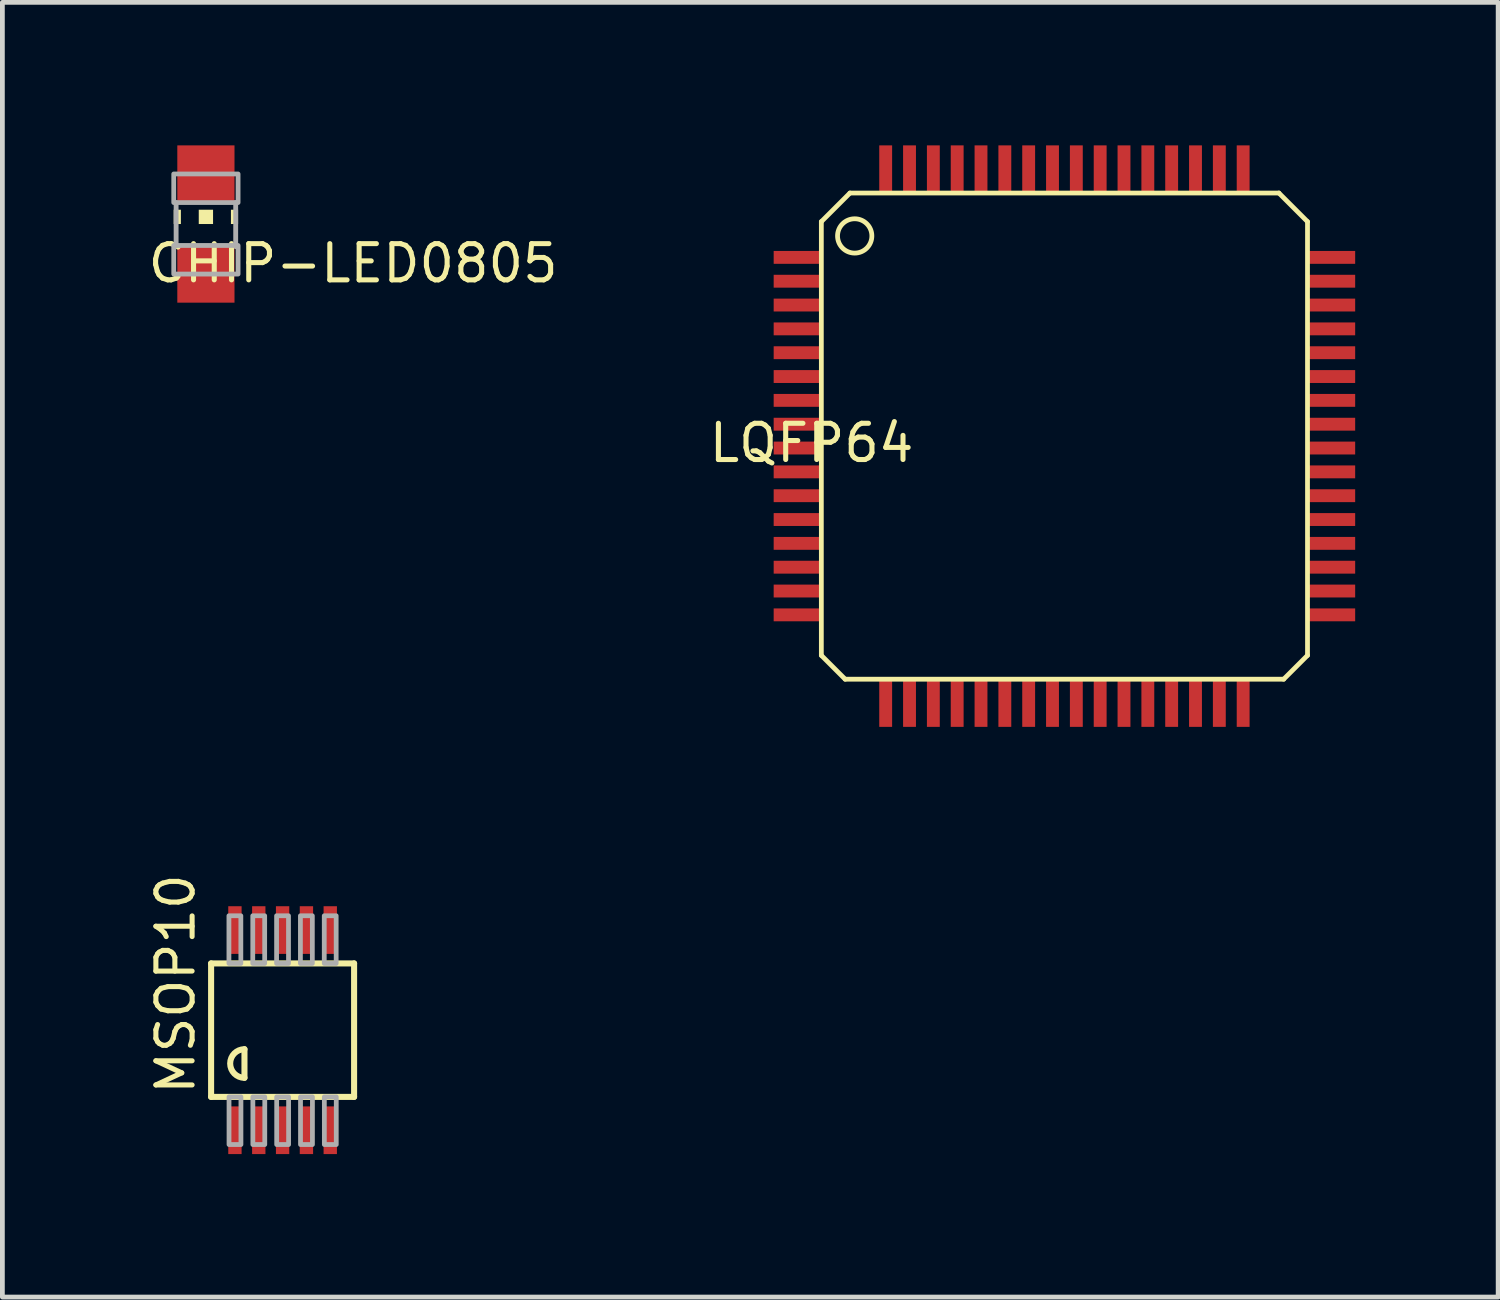
<source format=kicad_pcb>
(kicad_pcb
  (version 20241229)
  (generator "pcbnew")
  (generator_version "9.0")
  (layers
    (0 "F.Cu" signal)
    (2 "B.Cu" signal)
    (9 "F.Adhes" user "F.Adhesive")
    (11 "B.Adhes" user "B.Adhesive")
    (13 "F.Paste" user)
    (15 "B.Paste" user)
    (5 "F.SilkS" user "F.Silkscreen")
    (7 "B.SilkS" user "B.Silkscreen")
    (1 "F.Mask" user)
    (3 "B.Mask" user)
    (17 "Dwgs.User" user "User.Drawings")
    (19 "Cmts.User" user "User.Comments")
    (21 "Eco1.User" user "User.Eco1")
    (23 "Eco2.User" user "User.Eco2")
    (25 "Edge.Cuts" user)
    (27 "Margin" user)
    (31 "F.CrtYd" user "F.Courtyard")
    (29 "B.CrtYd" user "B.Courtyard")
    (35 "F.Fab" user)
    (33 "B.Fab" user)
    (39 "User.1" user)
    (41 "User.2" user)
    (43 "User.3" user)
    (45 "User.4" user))
  (footprint "CHIP-LED0805"
    (layer "F.Cu")
    (at 1.27 1.65)
    (property "Reference" "CHIP-LED0805" (at -1.27 1.27 0) (layer "F.SilkS") (effects (font (size 0.76 0.76) (thickness 0.106)) (justify left bottom)))
    (attr through_hole)
    (fp_poly (pts (xy -0.675 0) (xy -0.525 0) (xy -0.525 -0.3) (xy -0.675 -0.3)) (stroke (width 0) (type solid)) (fill yes) (layer "F.SilkS"))
    (fp_poly (pts (xy -0.15 0) (xy 0.15 0) (xy 0.15 -0.3) (xy -0.15 -0.3)) (stroke (width 0) (type solid)) (fill yes) (layer "F.SilkS"))
    (fp_poly (pts (xy 0.525 0) (xy 0.675 0) (xy 0.675 -0.3) (xy 0.525 -0.3)) (stroke (width 0) (type solid)) (fill yes) (layer "F.SilkS"))
    (fp_line (start -0.625 -0.45) (end -0.625 0.45) (stroke (width 0.102) (type solid)) (layer "F.Fab"))
    (fp_line (start 0.625 -0.45) (end 0.625 0.475) (stroke (width 0.102) (type solid)) (layer "F.Fab"))
    (fp_poly (pts (xy -0.675 -0.45) (xy 0.675 -0.45) (xy 0.675 -1.05) (xy -0.675 -1.05)) (stroke (width 0.1) (type solid)) (fill no) (layer "F.Fab"))
    (fp_poly (pts (xy -0.675 1.05) (xy 0.675 1.05) (xy 0.675 0.45) (xy -0.675 0.45)) (stroke (width 0.1) (type solid)) (fill no) (layer "F.Fab"))
    (pad "A" smd rect (at 0 1.05) (size 1.2 1.2) (layers "F.Cu" "F.Mask" "F.Paste"))
    (pad "C" smd rect (at 0 -1.05) (size 1.2 1.2) (layers "F.Cu" "F.Mask" "F.Paste")))
  (footprint "LQFP64"
    (layer "F.Cu")
    (at 19.282 6.1)
    (property "Reference" "LQFP64" (at -3.1 -0.3 0) (layer "F.SilkS") (effects (font (size 0.76 0.76) (thickness 0.106)) (justify right top)))
    (attr through_hole)
    (fp_line (start -5.1 -4.5) (end -4.5 -5.1) (stroke (width 0.1) (type solid)) (layer "F.SilkS"))
    (fp_line (start -5.1 4.6) (end -5.1 -4.5) (stroke (width 0.1) (type solid)) (layer "F.SilkS"))
    (fp_line (start -4.6 5.1) (end -5.1 4.6) (stroke (width 0.1) (type solid)) (layer "F.SilkS"))
    (fp_line (start -4.5 -5.1) (end 4.5 -5.1) (stroke (width 0.1) (type solid)) (layer "F.SilkS"))
    (fp_line (start 4.5 -5.1) (end 5.1 -4.5) (stroke (width 0.1) (type solid)) (layer "F.SilkS"))
    (fp_line (start 4.6 5.1) (end -4.6 5.1) (stroke (width 0.1) (type solid)) (layer "F.SilkS"))
    (fp_line (start 5.1 -4.5) (end 5.1 4.6) (stroke (width 0.1) (type solid)) (layer "F.SilkS"))
    (fp_line (start 5.1 4.6) (end 4.6 5.1) (stroke (width 0.1) (type solid)) (layer "F.SilkS"))
    (fp_circle (center -4.4 -4.2) (end -4.04 -4.2) (stroke (width 0.1) (type solid)) (fill no) (layer "F.SilkS"))
    (pad "1" smd rect (at -5.6 -3.75 180) (size 1 0.27) (layers "F.Cu" "F.Mask" "F.Paste"))
    (pad "2" smd rect (at -5.6 -3.25 180) (size 1 0.27) (layers "F.Cu" "F.Mask" "F.Paste"))
    (pad "3" smd rect (at -5.6 -2.75 180) (size 1 0.27) (layers "F.Cu" "F.Mask" "F.Paste"))
    (pad "4" smd rect (at -5.6 -2.25 180) (size 1 0.27) (layers "F.Cu" "F.Mask" "F.Paste"))
    (pad "5" smd rect (at -5.6 -1.75 180) (size 1 0.27) (layers "F.Cu" "F.Mask" "F.Paste"))
    (pad "6" smd rect (at -5.6 -1.25 180) (size 1 0.27) (layers "F.Cu" "F.Mask" "F.Paste"))
    (pad "7" smd rect (at -5.6 -0.75 180) (size 1 0.27) (layers "F.Cu" "F.Mask" "F.Paste"))
    (pad "8" smd rect (at -5.6 -0.25 180) (size 1 0.27) (layers "F.Cu" "F.Mask" "F.Paste"))
    (pad "9" smd rect (at -5.6 0.25 180) (size 1 0.27) (layers "F.Cu" "F.Mask" "F.Paste"))
    (pad "10" smd rect (at -5.6 0.75 180) (size 1 0.27) (layers "F.Cu" "F.Mask" "F.Paste"))
    (pad "11" smd rect (at -5.6 1.25 180) (size 1 0.27) (layers "F.Cu" "F.Mask" "F.Paste"))
    (pad "12" smd rect (at -5.6 1.75 180) (size 1 0.27) (layers "F.Cu" "F.Mask" "F.Paste"))
    (pad "13" smd rect (at -5.6 2.25 180) (size 1 0.27) (layers "F.Cu" "F.Mask" "F.Paste"))
    (pad "14" smd rect (at -5.6 2.75 180) (size 1 0.27) (layers "F.Cu" "F.Mask" "F.Paste"))
    (pad "15" smd rect (at -5.6 3.25 180) (size 1 0.27) (layers "F.Cu" "F.Mask" "F.Paste"))
    (pad "16" smd rect (at -5.6 3.75 180) (size 1 0.27) (layers "F.Cu" "F.Mask" "F.Paste"))
    (pad "17" smd rect (at -3.75 5.6 90) (size 1 0.27) (layers "F.Cu" "F.Mask" "F.Paste"))
    (pad "18" smd rect (at -3.25 5.6 90) (size 1 0.27) (layers "F.Cu" "F.Mask" "F.Paste"))
    (pad "19" smd rect (at -2.75 5.6 90) (size 1 0.27) (layers "F.Cu" "F.Mask" "F.Paste"))
    (pad "20" smd rect (at -2.25 5.6 90) (size 1 0.27) (layers "F.Cu" "F.Mask" "F.Paste"))
    (pad "21" smd rect (at -1.75 5.6 90) (size 1 0.27) (layers "F.Cu" "F.Mask" "F.Paste"))
    (pad "22" smd rect (at -1.25 5.6 90) (size 1 0.27) (layers "F.Cu" "F.Mask" "F.Paste"))
    (pad "23" smd rect (at -0.75 5.6 90) (size 1 0.27) (layers "F.Cu" "F.Mask" "F.Paste"))
    (pad "24" smd rect (at -0.25 5.6 90) (size 1 0.27) (layers "F.Cu" "F.Mask" "F.Paste"))
    (pad "25" smd rect (at 0.25 5.6 90) (size 1 0.27) (layers "F.Cu" "F.Mask" "F.Paste"))
    (pad "26" smd rect (at 0.75 5.6 90) (size 1 0.27) (layers "F.Cu" "F.Mask" "F.Paste"))
    (pad "27" smd rect (at 1.25 5.6 90) (size 1 0.27) (layers "F.Cu" "F.Mask" "F.Paste"))
    (pad "28" smd rect (at 1.75 5.6 90) (size 1 0.27) (layers "F.Cu" "F.Mask" "F.Paste"))
    (pad "29" smd rect (at 2.25 5.6 90) (size 1 0.27) (layers "F.Cu" "F.Mask" "F.Paste"))
    (pad "30" smd rect (at 2.75 5.6 90) (size 1 0.27) (layers "F.Cu" "F.Mask" "F.Paste"))
    (pad "31" smd rect (at 3.25 5.6 90) (size 1 0.27) (layers "F.Cu" "F.Mask" "F.Paste"))
    (pad "32" smd rect (at 3.75 5.6 90) (size 1 0.27) (layers "F.Cu" "F.Mask" "F.Paste"))
    (pad "33" smd rect (at 5.6 3.75 180) (size 1 0.27) (layers "F.Cu" "F.Mask" "F.Paste"))
    (pad "34" smd rect (at 5.6 3.25 180) (size 1 0.27) (layers "F.Cu" "F.Mask" "F.Paste"))
    (pad "35" smd rect (at 5.6 2.75 180) (size 1 0.27) (layers "F.Cu" "F.Mask" "F.Paste"))
    (pad "36" smd rect (at 5.6 2.25 180) (size 1 0.27) (layers "F.Cu" "F.Mask" "F.Paste"))
    (pad "37" smd rect (at 5.6 1.75 180) (size 1 0.27) (layers "F.Cu" "F.Mask" "F.Paste"))
    (pad "38" smd rect (at 5.6 1.25 180) (size 1 0.27) (layers "F.Cu" "F.Mask" "F.Paste"))
    (pad "39" smd rect (at 5.6 0.75 180) (size 1 0.27) (layers "F.Cu" "F.Mask" "F.Paste"))
    (pad "40" smd rect (at 5.6 0.25 180) (size 1 0.27) (layers "F.Cu" "F.Mask" "F.Paste"))
    (pad "41" smd rect (at 5.6 -0.25 180) (size 1 0.27) (layers "F.Cu" "F.Mask" "F.Paste"))
    (pad "42" smd rect (at 5.6 -0.75 180) (size 1 0.27) (layers "F.Cu" "F.Mask" "F.Paste"))
    (pad "43" smd rect (at 5.6 -1.25 180) (size 1 0.27) (layers "F.Cu" "F.Mask" "F.Paste"))
    (pad "44" smd rect (at 5.6 -1.75 180) (size 1 0.27) (layers "F.Cu" "F.Mask" "F.Paste"))
    (pad "45" smd rect (at 5.6 -2.25 180) (size 1 0.27) (layers "F.Cu" "F.Mask" "F.Paste"))
    (pad "46" smd rect (at 5.6 -2.75 180) (size 1 0.27) (layers "F.Cu" "F.Mask" "F.Paste"))
    (pad "47" smd rect (at 5.6 -3.25 180) (size 1 0.27) (layers "F.Cu" "F.Mask" "F.Paste"))
    (pad "48" smd rect (at 5.6 -3.75 180) (size 1 0.27) (layers "F.Cu" "F.Mask" "F.Paste"))
    (pad "49" smd rect (at 3.75 -5.6 90) (size 1 0.27) (layers "F.Cu" "F.Mask" "F.Paste"))
    (pad "50" smd rect (at 3.25 -5.6 90) (size 1 0.27) (layers "F.Cu" "F.Mask" "F.Paste"))
    (pad "51" smd rect (at 2.75 -5.6 90) (size 1 0.27) (layers "F.Cu" "F.Mask" "F.Paste"))
    (pad "52" smd rect (at 2.25 -5.6 90) (size 1 0.27) (layers "F.Cu" "F.Mask" "F.Paste"))
    (pad "53" smd rect (at 1.75 -5.6 90) (size 1 0.27) (layers "F.Cu" "F.Mask" "F.Paste"))
    (pad "54" smd rect (at 1.25 -5.6 90) (size 1 0.27) (layers "F.Cu" "F.Mask" "F.Paste"))
    (pad "55" smd rect (at 0.75 -5.6 90) (size 1 0.27) (layers "F.Cu" "F.Mask" "F.Paste"))
    (pad "56" smd rect (at 0.25 -5.6 90) (size 1 0.27) (layers "F.Cu" "F.Mask" "F.Paste"))
    (pad "57" smd rect (at -0.25 -5.6 90) (size 1 0.27) (layers "F.Cu" "F.Mask" "F.Paste"))
    (pad "58" smd rect (at -0.75 -5.6 90) (size 1 0.27) (layers "F.Cu" "F.Mask" "F.Paste"))
    (pad "59" smd rect (at -1.25 -5.6 90) (size 1 0.27) (layers "F.Cu" "F.Mask" "F.Paste"))
    (pad "60" smd rect (at -1.75 -5.6 90) (size 1 0.27) (layers "F.Cu" "F.Mask" "F.Paste"))
    (pad "61" smd rect (at -2.25 -5.6 90) (size 1 0.27) (layers "F.Cu" "F.Mask" "F.Paste"))
    (pad "62" smd rect (at -2.75 -5.6 90) (size 1 0.27) (layers "F.Cu" "F.Mask" "F.Paste"))
    (pad "63" smd rect (at -3.25 -5.6 90) (size 1 0.27) (layers "F.Cu" "F.Mask" "F.Paste"))
    (pad "64" smd rect (at -3.75 -5.6 90) (size 1 0.27) (layers "F.Cu" "F.Mask" "F.Paste")))
  (footprint "MSOP10"
    (layer "F.Cu")
    (at 2.879 18.563)
    (property "Reference" "MSOP10" (at -1.8 1.4 90) (layer "F.SilkS") (effects (font (size 0.76 0.76) (thickness 0.106)) (justify left bottom)))
    (attr through_hole)
    (fp_line (start -1.5 -1.4) (end 1.5 -1.4) (stroke (width 0.127) (type solid)) (layer "F.SilkS"))
    (fp_line (start -1.5 1.4) (end -1.5 -1.4) (stroke (width 0.127) (type solid)) (layer "F.SilkS"))
    (fp_line (start -0.8 0.4) (end -0.8 1) (stroke (width 0.127) (type solid)) (layer "F.SilkS"))
    (fp_line (start 1.5 -1.4) (end 1.5 1.4) (stroke (width 0.127) (type solid)) (layer "F.SilkS"))
    (fp_line (start 1.5 1.4) (end -1.5 1.4) (stroke (width 0.127) (type solid)) (layer "F.SilkS"))
    (fp_arc (start -0.8 1) (mid -1.1 0.7) (end -0.8 0.4) (stroke (width 0.127) (type solid)) (layer "F.SilkS"))
    (fp_poly (pts (xy -1.126 -1.4) (xy -0.876 -1.4) (xy -0.876 -2.4) (xy -1.126 -2.4)) (stroke (width 0.1) (type solid)) (fill no) (layer "F.Fab"))
    (fp_poly (pts (xy -1.124 2.4) (xy -0.874 2.4) (xy -0.874 1.4) (xy -1.124 1.4)) (stroke (width 0.1) (type solid)) (fill no) (layer "F.Fab"))
    (fp_poly (pts (xy -0.626 -1.4) (xy -0.376 -1.4) (xy -0.376 -2.4) (xy -0.626 -2.4)) (stroke (width 0.1) (type solid)) (fill no) (layer "F.Fab"))
    (fp_poly (pts (xy -0.624 2.4) (xy -0.374 2.4) (xy -0.374 1.4) (xy -0.624 1.4)) (stroke (width 0.1) (type solid)) (fill no) (layer "F.Fab"))
    (fp_poly (pts (xy -0.126 -1.4) (xy 0.124 -1.4) (xy 0.124 -2.4) (xy -0.126 -2.4)) (stroke (width 0.1) (type solid)) (fill no) (layer "F.Fab"))
    (fp_poly (pts (xy -0.124 2.4) (xy 0.126 2.4) (xy 0.126 1.4) (xy -0.124 1.4)) (stroke (width 0.1) (type solid)) (fill no) (layer "F.Fab"))
    (fp_poly (pts (xy 0.374 -1.4) (xy 0.624 -1.4) (xy 0.624 -2.4) (xy 0.374 -2.4)) (stroke (width 0.1) (type solid)) (fill no) (layer "F.Fab"))
    (fp_poly (pts (xy 0.376 2.4) (xy 0.626 2.4) (xy 0.626 1.4) (xy 0.376 1.4)) (stroke (width 0.1) (type solid)) (fill no) (layer "F.Fab"))
    (fp_poly (pts (xy 0.874 -1.4) (xy 1.124 -1.4) (xy 1.124 -2.4) (xy 0.874 -2.4)) (stroke (width 0.1) (type solid)) (fill no) (layer "F.Fab"))
    (fp_poly (pts (xy 0.876 2.4) (xy 1.126 2.4) (xy 1.126 1.4) (xy 0.876 1.4)) (stroke (width 0.1) (type solid)) (fill no) (layer "F.Fab"))
    (pad "1" smd rect (at -1 2.1) (size 0.28 1) (layers "F.Cu" "F.Mask" "F.Paste"))
    (pad "2" smd rect (at -0.5 2.1) (size 0.28 1) (layers "F.Cu" "F.Mask" "F.Paste"))
    (pad "3" smd rect (at 0 2.1) (size 0.28 1) (layers "F.Cu" "F.Mask" "F.Paste"))
    (pad "4" smd rect (at 0.5 2.1) (size 0.28 1) (layers "F.Cu" "F.Mask" "F.Paste"))
    (pad "5" smd rect (at 1 2.1) (size 0.28 1) (layers "F.Cu" "F.Mask" "F.Paste"))
    (pad "6" smd rect (at 1 -2.1 180) (size 0.28 1) (layers "F.Cu" "F.Mask" "F.Paste"))
    (pad "7" smd rect (at 0.5 -2.1 180) (size 0.28 1) (layers "F.Cu" "F.Mask" "F.Paste"))
    (pad "8" smd rect (at 0 -2.1 180) (size 0.28 1) (layers "F.Cu" "F.Mask" "F.Paste"))
    (pad "9" smd rect (at -0.5 -2.1 180) (size 0.28 1) (layers "F.Cu" "F.Mask" "F.Paste"))
    (pad "10" smd rect (at -1 -2.1 180) (size 0.28 1) (layers "F.Cu" "F.Mask" "F.Paste")))
  (gr_rect
    (start -3 -3)
    (end 28.382 24.163)
    (stroke (width 0.1) (type default))
    (fill no)
    (layer "Edge.Cuts")))
</source>
